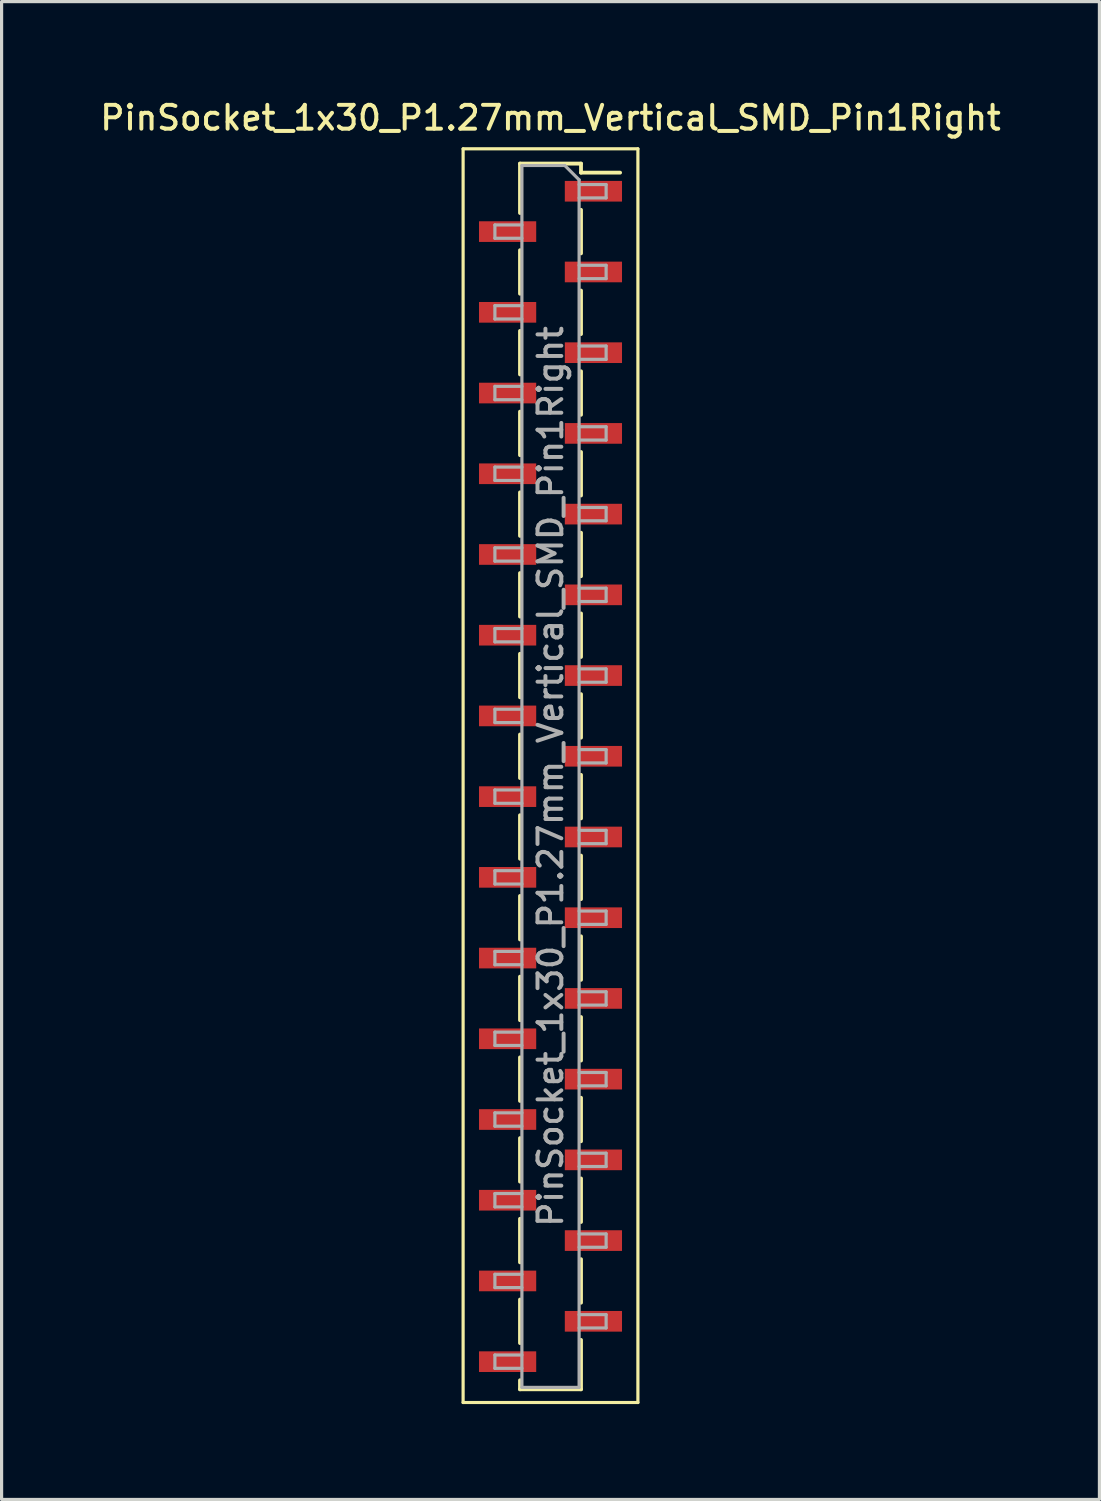
<source format=kicad_pcb>
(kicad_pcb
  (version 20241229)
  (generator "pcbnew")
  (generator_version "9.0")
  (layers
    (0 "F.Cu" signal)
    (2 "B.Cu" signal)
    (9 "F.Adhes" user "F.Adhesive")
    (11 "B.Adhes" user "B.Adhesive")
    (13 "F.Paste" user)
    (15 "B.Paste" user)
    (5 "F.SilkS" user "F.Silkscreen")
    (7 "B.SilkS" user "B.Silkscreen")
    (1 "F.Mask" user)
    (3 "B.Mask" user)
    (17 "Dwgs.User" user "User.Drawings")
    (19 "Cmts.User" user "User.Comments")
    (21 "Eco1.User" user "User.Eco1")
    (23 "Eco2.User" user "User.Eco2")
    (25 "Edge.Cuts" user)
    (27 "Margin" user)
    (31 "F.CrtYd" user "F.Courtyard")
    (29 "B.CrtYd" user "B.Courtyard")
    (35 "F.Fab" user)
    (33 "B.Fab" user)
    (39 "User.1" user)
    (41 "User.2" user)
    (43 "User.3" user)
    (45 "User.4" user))
  (footprint "PinSocket_1x30_P1.27mm_Vertical_SMD_Pin1Right"
    (layer "F.Cu")
    (at 14.273 21.383)
    (property "Reference" "PinSocket_1x30_P1.27mm_Vertical_SMD_Pin1Right" (at 0 -20.725 0) (layer "F.SilkS") (effects (font (size 0.75 0.75) (thickness 0.125))))
    (attr smd)
    (fp_line (start -2.75 -19.75) (end 2.75 -19.75) (stroke (width 0.1) (type solid)) (layer "F.SilkS"))
    (fp_line (start -2.75 19.7) (end -2.75 -19.75) (stroke (width 0.1) (type solid)) (layer "F.SilkS"))
    (fp_line (start -0.96 -19.285) (end -0.96 -17.73) (stroke (width 0.12) (type solid)) (layer "F.SilkS"))
    (fp_line (start -0.96 -19.285) (end 0.96 -19.285) (stroke (width 0.12) (type solid)) (layer "F.SilkS"))
    (fp_line (start -0.96 -16.56) (end -0.96 -15.19) (stroke (width 0.12) (type solid)) (layer "F.SilkS"))
    (fp_line (start -0.96 -14.02) (end -0.96 -12.65) (stroke (width 0.12) (type solid)) (layer "F.SilkS"))
    (fp_line (start -0.96 -11.48) (end -0.96 -10.11) (stroke (width 0.12) (type solid)) (layer "F.SilkS"))
    (fp_line (start -0.96 -8.94) (end -0.96 -7.57) (stroke (width 0.12) (type solid)) (layer "F.SilkS"))
    (fp_line (start -0.96 -6.4) (end -0.96 -5.03) (stroke (width 0.12) (type solid)) (layer "F.SilkS"))
    (fp_line (start -0.96 -3.86) (end -0.96 -2.49) (stroke (width 0.12) (type solid)) (layer "F.SilkS"))
    (fp_line (start -0.96 -1.32) (end -0.96 0.05) (stroke (width 0.12) (type solid)) (layer "F.SilkS"))
    (fp_line (start -0.96 1.22) (end -0.96 2.59) (stroke (width 0.12) (type solid)) (layer "F.SilkS"))
    (fp_line (start -0.96 3.76) (end -0.96 5.13) (stroke (width 0.12) (type solid)) (layer "F.SilkS"))
    (fp_line (start -0.96 6.3) (end -0.96 7.67) (stroke (width 0.12) (type solid)) (layer "F.SilkS"))
    (fp_line (start -0.96 8.84) (end -0.96 10.21) (stroke (width 0.12) (type solid)) (layer "F.SilkS"))
    (fp_line (start -0.96 11.38) (end -0.96 12.75) (stroke (width 0.12) (type solid)) (layer "F.SilkS"))
    (fp_line (start -0.96 13.92) (end -0.96 15.29) (stroke (width 0.12) (type solid)) (layer "F.SilkS"))
    (fp_line (start -0.96 16.46) (end -0.96 17.83) (stroke (width 0.12) (type solid)) (layer "F.SilkS"))
    (fp_line (start -0.96 19) (end -0.96 19.285) (stroke (width 0.12) (type solid)) (layer "F.SilkS"))
    (fp_line (start -0.96 19.285) (end 0.96 19.285) (stroke (width 0.12) (type solid)) (layer "F.SilkS"))
    (fp_line (start 0.96 -19.285) (end 0.96 -19) (stroke (width 0.12) (type solid)) (layer "F.SilkS"))
    (fp_line (start 0.96 -19) (end 2.19 -19) (stroke (width 0.12) (type solid)) (layer "F.SilkS"))
    (fp_line (start 0.96 -17.83) (end 0.96 -16.46) (stroke (width 0.12) (type solid)) (layer "F.SilkS"))
    (fp_line (start 0.96 -15.29) (end 0.96 -13.92) (stroke (width 0.12) (type solid)) (layer "F.SilkS"))
    (fp_line (start 0.96 -12.75) (end 0.96 -11.38) (stroke (width 0.12) (type solid)) (layer "F.SilkS"))
    (fp_line (start 0.96 -10.21) (end 0.96 -8.84) (stroke (width 0.12) (type solid)) (layer "F.SilkS"))
    (fp_line (start 0.96 -7.67) (end 0.96 -6.3) (stroke (width 0.12) (type solid)) (layer "F.SilkS"))
    (fp_line (start 0.96 -5.13) (end 0.96 -3.76) (stroke (width 0.12) (type solid)) (layer "F.SilkS"))
    (fp_line (start 0.96 -2.59) (end 0.96 -1.22) (stroke (width 0.12) (type solid)) (layer "F.SilkS"))
    (fp_line (start 0.96 -0.05) (end 0.96 1.32) (stroke (width 0.12) (type solid)) (layer "F.SilkS"))
    (fp_line (start 0.96 2.49) (end 0.96 3.86) (stroke (width 0.12) (type solid)) (layer "F.SilkS"))
    (fp_line (start 0.96 5.03) (end 0.96 6.4) (stroke (width 0.12) (type solid)) (layer "F.SilkS"))
    (fp_line (start 0.96 7.57) (end 0.96 8.94) (stroke (width 0.12) (type solid)) (layer "F.SilkS"))
    (fp_line (start 0.96 10.11) (end 0.96 11.48) (stroke (width 0.12) (type solid)) (layer "F.SilkS"))
    (fp_line (start 0.96 12.65) (end 0.96 14.02) (stroke (width 0.12) (type solid)) (layer "F.SilkS"))
    (fp_line (start 0.96 15.19) (end 0.96 16.56) (stroke (width 0.12) (type solid)) (layer "F.SilkS"))
    (fp_line (start 0.96 17.73) (end 0.96 19.285) (stroke (width 0.12) (type solid)) (layer "F.SilkS"))
    (fp_line (start 2.75 -19.75) (end 2.75 19.7) (stroke (width 0.1) (type solid)) (layer "F.SilkS"))
    (fp_line (start 2.75 19.7) (end -2.75 19.7) (stroke (width 0.1) (type solid)) (layer "F.SilkS"))
    (fp_line (start -1.75 -17.355) (end -0.9 -17.355) (stroke (width 0.1) (type solid)) (layer "F.Fab"))
    (fp_line (start -1.75 -16.935) (end -1.75 -17.355) (stroke (width 0.1) (type solid)) (layer "F.Fab"))
    (fp_line (start -1.75 -14.815) (end -0.9 -14.815) (stroke (width 0.1) (type solid)) (layer "F.Fab"))
    (fp_line (start -1.75 -14.395) (end -1.75 -14.815) (stroke (width 0.1) (type solid)) (layer "F.Fab"))
    (fp_line (start -1.75 -12.275) (end -0.9 -12.275) (stroke (width 0.1) (type solid)) (layer "F.Fab"))
    (fp_line (start -1.75 -11.855) (end -1.75 -12.275) (stroke (width 0.1) (type solid)) (layer "F.Fab"))
    (fp_line (start -1.75 -9.735) (end -0.9 -9.735) (stroke (width 0.1) (type solid)) (layer "F.Fab"))
    (fp_line (start -1.75 -9.315) (end -1.75 -9.735) (stroke (width 0.1) (type solid)) (layer "F.Fab"))
    (fp_line (start -1.75 -7.195) (end -0.9 -7.195) (stroke (width 0.1) (type solid)) (layer "F.Fab"))
    (fp_line (start -1.75 -6.775) (end -1.75 -7.195) (stroke (width 0.1) (type solid)) (layer "F.Fab"))
    (fp_line (start -1.75 -4.655) (end -0.9 -4.655) (stroke (width 0.1) (type solid)) (layer "F.Fab"))
    (fp_line (start -1.75 -4.235) (end -1.75 -4.655) (stroke (width 0.1) (type solid)) (layer "F.Fab"))
    (fp_line (start -1.75 -2.115) (end -0.9 -2.115) (stroke (width 0.1) (type solid)) (layer "F.Fab"))
    (fp_line (start -1.75 -1.695) (end -1.75 -2.115) (stroke (width 0.1) (type solid)) (layer "F.Fab"))
    (fp_line (start -1.75 0.425) (end -0.9 0.425) (stroke (width 0.1) (type solid)) (layer "F.Fab"))
    (fp_line (start -1.75 0.845) (end -1.75 0.425) (stroke (width 0.1) (type solid)) (layer "F.Fab"))
    (fp_line (start -1.75 2.965) (end -0.9 2.965) (stroke (width 0.1) (type solid)) (layer "F.Fab"))
    (fp_line (start -1.75 3.385) (end -1.75 2.965) (stroke (width 0.1) (type solid)) (layer "F.Fab"))
    (fp_line (start -1.75 5.505) (end -0.9 5.505) (stroke (width 0.1) (type solid)) (layer "F.Fab"))
    (fp_line (start -1.75 5.925) (end -1.75 5.505) (stroke (width 0.1) (type solid)) (layer "F.Fab"))
    (fp_line (start -1.75 8.045) (end -0.9 8.045) (stroke (width 0.1) (type solid)) (layer "F.Fab"))
    (fp_line (start -1.75 8.465) (end -1.75 8.045) (stroke (width 0.1) (type solid)) (layer "F.Fab"))
    (fp_line (start -1.75 10.585) (end -0.9 10.585) (stroke (width 0.1) (type solid)) (layer "F.Fab"))
    (fp_line (start -1.75 11.005) (end -1.75 10.585) (stroke (width 0.1) (type solid)) (layer "F.Fab"))
    (fp_line (start -1.75 13.125) (end -0.9 13.125) (stroke (width 0.1) (type solid)) (layer "F.Fab"))
    (fp_line (start -1.75 13.545) (end -1.75 13.125) (stroke (width 0.1) (type solid)) (layer "F.Fab"))
    (fp_line (start -1.75 15.665) (end -0.9 15.665) (stroke (width 0.1) (type solid)) (layer "F.Fab"))
    (fp_line (start -1.75 16.085) (end -1.75 15.665) (stroke (width 0.1) (type solid)) (layer "F.Fab"))
    (fp_line (start -1.75 18.205) (end -0.9 18.205) (stroke (width 0.1) (type solid)) (layer "F.Fab"))
    (fp_line (start -1.75 18.625) (end -1.75 18.205) (stroke (width 0.1) (type solid)) (layer "F.Fab"))
    (fp_line (start -0.9 -19.225) (end 0.45 -19.225) (stroke (width 0.1) (type solid)) (layer "F.Fab"))
    (fp_line (start -0.9 -16.935) (end -1.75 -16.935) (stroke (width 0.1) (type solid)) (layer "F.Fab"))
    (fp_line (start -0.9 -14.395) (end -1.75 -14.395) (stroke (width 0.1) (type solid)) (layer "F.Fab"))
    (fp_line (start -0.9 -11.855) (end -1.75 -11.855) (stroke (width 0.1) (type solid)) (layer "F.Fab"))
    (fp_line (start -0.9 -9.315) (end -1.75 -9.315) (stroke (width 0.1) (type solid)) (layer "F.Fab"))
    (fp_line (start -0.9 -6.775) (end -1.75 -6.775) (stroke (width 0.1) (type solid)) (layer "F.Fab"))
    (fp_line (start -0.9 -4.235) (end -1.75 -4.235) (stroke (width 0.1) (type solid)) (layer "F.Fab"))
    (fp_line (start -0.9 -1.695) (end -1.75 -1.695) (stroke (width 0.1) (type solid)) (layer "F.Fab"))
    (fp_line (start -0.9 0.845) (end -1.75 0.845) (stroke (width 0.1) (type solid)) (layer "F.Fab"))
    (fp_line (start -0.9 3.385) (end -1.75 3.385) (stroke (width 0.1) (type solid)) (layer "F.Fab"))
    (fp_line (start -0.9 5.925) (end -1.75 5.925) (stroke (width 0.1) (type solid)) (layer "F.Fab"))
    (fp_line (start -0.9 8.465) (end -1.75 8.465) (stroke (width 0.1) (type solid)) (layer "F.Fab"))
    (fp_line (start -0.9 11.005) (end -1.75 11.005) (stroke (width 0.1) (type solid)) (layer "F.Fab"))
    (fp_line (start -0.9 13.545) (end -1.75 13.545) (stroke (width 0.1) (type solid)) (layer "F.Fab"))
    (fp_line (start -0.9 16.085) (end -1.75 16.085) (stroke (width 0.1) (type solid)) (layer "F.Fab"))
    (fp_line (start -0.9 18.625) (end -1.75 18.625) (stroke (width 0.1) (type solid)) (layer "F.Fab"))
    (fp_line (start -0.9 19.225) (end -0.9 -19.225) (stroke (width 0.1) (type solid)) (layer "F.Fab"))
    (fp_line (start 0.45 -19.225) (end 0.9 -18.775) (stroke (width 0.1) (type solid)) (layer "F.Fab"))
    (fp_line (start 0.9 -18.775) (end 0.9 19.225) (stroke (width 0.1) (type solid)) (layer "F.Fab"))
    (fp_line (start 0.9 -18.625) (end 1.75 -18.625) (stroke (width 0.1) (type solid)) (layer "F.Fab"))
    (fp_line (start 0.9 -16.085) (end 1.75 -16.085) (stroke (width 0.1) (type solid)) (layer "F.Fab"))
    (fp_line (start 0.9 -13.545) (end 1.75 -13.545) (stroke (width 0.1) (type solid)) (layer "F.Fab"))
    (fp_line (start 0.9 -11.005) (end 1.75 -11.005) (stroke (width 0.1) (type solid)) (layer "F.Fab"))
    (fp_line (start 0.9 -8.465) (end 1.75 -8.465) (stroke (width 0.1) (type solid)) (layer "F.Fab"))
    (fp_line (start 0.9 -5.925) (end 1.75 -5.925) (stroke (width 0.1) (type solid)) (layer "F.Fab"))
    (fp_line (start 0.9 -3.385) (end 1.75 -3.385) (stroke (width 0.1) (type solid)) (layer "F.Fab"))
    (fp_line (start 0.9 -0.845) (end 1.75 -0.845) (stroke (width 0.1) (type solid)) (layer "F.Fab"))
    (fp_line (start 0.9 1.695) (end 1.75 1.695) (stroke (width 0.1) (type solid)) (layer "F.Fab"))
    (fp_line (start 0.9 4.235) (end 1.75 4.235) (stroke (width 0.1) (type solid)) (layer "F.Fab"))
    (fp_line (start 0.9 6.775) (end 1.75 6.775) (stroke (width 0.1) (type solid)) (layer "F.Fab"))
    (fp_line (start 0.9 9.315) (end 1.75 9.315) (stroke (width 0.1) (type solid)) (layer "F.Fab"))
    (fp_line (start 0.9 11.855) (end 1.75 11.855) (stroke (width 0.1) (type solid)) (layer "F.Fab"))
    (fp_line (start 0.9 14.395) (end 1.75 14.395) (stroke (width 0.1) (type solid)) (layer "F.Fab"))
    (fp_line (start 0.9 16.935) (end 1.75 16.935) (stroke (width 0.1) (type solid)) (layer "F.Fab"))
    (fp_line (start 0.9 19.225) (end -0.9 19.225) (stroke (width 0.1) (type solid)) (layer "F.Fab"))
    (fp_line (start 1.75 -18.625) (end 1.75 -18.205) (stroke (width 0.1) (type solid)) (layer "F.Fab"))
    (fp_line (start 1.75 -18.205) (end 0.9 -18.205) (stroke (width 0.1) (type solid)) (layer "F.Fab"))
    (fp_line (start 1.75 -16.085) (end 1.75 -15.665) (stroke (width 0.1) (type solid)) (layer "F.Fab"))
    (fp_line (start 1.75 -15.665) (end 0.9 -15.665) (stroke (width 0.1) (type solid)) (layer "F.Fab"))
    (fp_line (start 1.75 -13.545) (end 1.75 -13.125) (stroke (width 0.1) (type solid)) (layer "F.Fab"))
    (fp_line (start 1.75 -13.125) (end 0.9 -13.125) (stroke (width 0.1) (type solid)) (layer "F.Fab"))
    (fp_line (start 1.75 -11.005) (end 1.75 -10.585) (stroke (width 0.1) (type solid)) (layer "F.Fab"))
    (fp_line (start 1.75 -10.585) (end 0.9 -10.585) (stroke (width 0.1) (type solid)) (layer "F.Fab"))
    (fp_line (start 1.75 -8.465) (end 1.75 -8.045) (stroke (width 0.1) (type solid)) (layer "F.Fab"))
    (fp_line (start 1.75 -8.045) (end 0.9 -8.045) (stroke (width 0.1) (type solid)) (layer "F.Fab"))
    (fp_line (start 1.75 -5.925) (end 1.75 -5.505) (stroke (width 0.1) (type solid)) (layer "F.Fab"))
    (fp_line (start 1.75 -5.505) (end 0.9 -5.505) (stroke (width 0.1) (type solid)) (layer "F.Fab"))
    (fp_line (start 1.75 -3.385) (end 1.75 -2.965) (stroke (width 0.1) (type solid)) (layer "F.Fab"))
    (fp_line (start 1.75 -2.965) (end 0.9 -2.965) (stroke (width 0.1) (type solid)) (layer "F.Fab"))
    (fp_line (start 1.75 -0.845) (end 1.75 -0.425) (stroke (width 0.1) (type solid)) (layer "F.Fab"))
    (fp_line (start 1.75 -0.425) (end 0.9 -0.425) (stroke (width 0.1) (type solid)) (layer "F.Fab"))
    (fp_line (start 1.75 1.695) (end 1.75 2.115) (stroke (width 0.1) (type solid)) (layer "F.Fab"))
    (fp_line (start 1.75 2.115) (end 0.9 2.115) (stroke (width 0.1) (type solid)) (layer "F.Fab"))
    (fp_line (start 1.75 4.235) (end 1.75 4.655) (stroke (width 0.1) (type solid)) (layer "F.Fab"))
    (fp_line (start 1.75 4.655) (end 0.9 4.655) (stroke (width 0.1) (type solid)) (layer "F.Fab"))
    (fp_line (start 1.75 6.775) (end 1.75 7.195) (stroke (width 0.1) (type solid)) (layer "F.Fab"))
    (fp_line (start 1.75 7.195) (end 0.9 7.195) (stroke (width 0.1) (type solid)) (layer "F.Fab"))
    (fp_line (start 1.75 9.315) (end 1.75 9.735) (stroke (width 0.1) (type solid)) (layer "F.Fab"))
    (fp_line (start 1.75 9.735) (end 0.9 9.735) (stroke (width 0.1) (type solid)) (layer "F.Fab"))
    (fp_line (start 1.75 11.855) (end 1.75 12.275) (stroke (width 0.1) (type solid)) (layer "F.Fab"))
    (fp_line (start 1.75 12.275) (end 0.9 12.275) (stroke (width 0.1) (type solid)) (layer "F.Fab"))
    (fp_line (start 1.75 14.395) (end 1.75 14.815) (stroke (width 0.1) (type solid)) (layer "F.Fab"))
    (fp_line (start 1.75 14.815) (end 0.9 14.815) (stroke (width 0.1) (type solid)) (layer "F.Fab"))
    (fp_line (start 1.75 16.935) (end 1.75 17.355) (stroke (width 0.1) (type solid)) (layer "F.Fab"))
    (fp_line (start 1.75 17.355) (end 0.9 17.355) (stroke (width 0.1) (type solid)) (layer "F.Fab"))
    (fp_text user "${REFERENCE}" (at 0 0 90) (layer "F.Fab") (effects (font (size 0.75 0.75) (thickness 0.125))))
    (pad "1" smd rect (at 1.35 -18.415) (size 1.8 0.65) (layers "F.Cu" "F.Mask" "F.Paste"))
    (pad "2" smd rect (at -1.35 -17.145) (size 1.8 0.65) (layers "F.Cu" "F.Mask" "F.Paste"))
    (pad "3" smd rect (at 1.35 -15.875) (size 1.8 0.65) (layers "F.Cu" "F.Mask" "F.Paste"))
    (pad "4" smd rect (at -1.35 -14.605) (size 1.8 0.65) (layers "F.Cu" "F.Mask" "F.Paste"))
    (pad "5" smd rect (at 1.35 -13.335) (size 1.8 0.65) (layers "F.Cu" "F.Mask" "F.Paste"))
    (pad "6" smd rect (at -1.35 -12.065) (size 1.8 0.65) (layers "F.Cu" "F.Mask" "F.Paste"))
    (pad "7" smd rect (at 1.35 -10.795) (size 1.8 0.65) (layers "F.Cu" "F.Mask" "F.Paste"))
    (pad "8" smd rect (at -1.35 -9.525) (size 1.8 0.65) (layers "F.Cu" "F.Mask" "F.Paste"))
    (pad "9" smd rect (at 1.35 -8.255) (size 1.8 0.65) (layers "F.Cu" "F.Mask" "F.Paste"))
    (pad "10" smd rect (at -1.35 -6.985) (size 1.8 0.65) (layers "F.Cu" "F.Mask" "F.Paste"))
    (pad "11" smd rect (at 1.35 -5.715) (size 1.8 0.65) (layers "F.Cu" "F.Mask" "F.Paste"))
    (pad "12" smd rect (at -1.35 -4.445) (size 1.8 0.65) (layers "F.Cu" "F.Mask" "F.Paste"))
    (pad "13" smd rect (at 1.35 -3.175) (size 1.8 0.65) (layers "F.Cu" "F.Mask" "F.Paste"))
    (pad "14" smd rect (at -1.35 -1.905) (size 1.8 0.65) (layers "F.Cu" "F.Mask" "F.Paste"))
    (pad "15" smd rect (at 1.35 -0.635) (size 1.8 0.65) (layers "F.Cu" "F.Mask" "F.Paste"))
    (pad "16" smd rect (at -1.35 0.635) (size 1.8 0.65) (layers "F.Cu" "F.Mask" "F.Paste"))
    (pad "17" smd rect (at 1.35 1.905) (size 1.8 0.65) (layers "F.Cu" "F.Mask" "F.Paste"))
    (pad "18" smd rect (at -1.35 3.175) (size 1.8 0.65) (layers "F.Cu" "F.Mask" "F.Paste"))
    (pad "19" smd rect (at 1.35 4.445) (size 1.8 0.65) (layers "F.Cu" "F.Mask" "F.Paste"))
    (pad "20" smd rect (at -1.35 5.715) (size 1.8 0.65) (layers "F.Cu" "F.Mask" "F.Paste"))
    (pad "21" smd rect (at 1.35 6.985) (size 1.8 0.65) (layers "F.Cu" "F.Mask" "F.Paste"))
    (pad "22" smd rect (at -1.35 8.255) (size 1.8 0.65) (layers "F.Cu" "F.Mask" "F.Paste"))
    (pad "23" smd rect (at 1.35 9.525) (size 1.8 0.65) (layers "F.Cu" "F.Mask" "F.Paste"))
    (pad "24" smd rect (at -1.35 10.795) (size 1.8 0.65) (layers "F.Cu" "F.Mask" "F.Paste"))
    (pad "25" smd rect (at 1.35 12.065) (size 1.8 0.65) (layers "F.Cu" "F.Mask" "F.Paste"))
    (pad "26" smd rect (at -1.35 13.335) (size 1.8 0.65) (layers "F.Cu" "F.Mask" "F.Paste"))
    (pad "27" smd rect (at 1.35 14.605) (size 1.8 0.65) (layers "F.Cu" "F.Mask" "F.Paste"))
    (pad "28" smd rect (at -1.35 15.875) (size 1.8 0.65) (layers "F.Cu" "F.Mask" "F.Paste"))
    (pad "29" smd rect (at 1.35 17.145) (size 1.8 0.65) (layers "F.Cu" "F.Mask" "F.Paste"))
    (pad "30" smd rect (at -1.35 18.415) (size 1.8 0.65) (layers "F.Cu" "F.Mask" "F.Paste")))
  (gr_rect
    (start -3 -3)
    (end 31.546 44.133)
    (stroke (width 0.1) (type default))
    (fill no)
    (layer "Edge.Cuts")))
</source>
